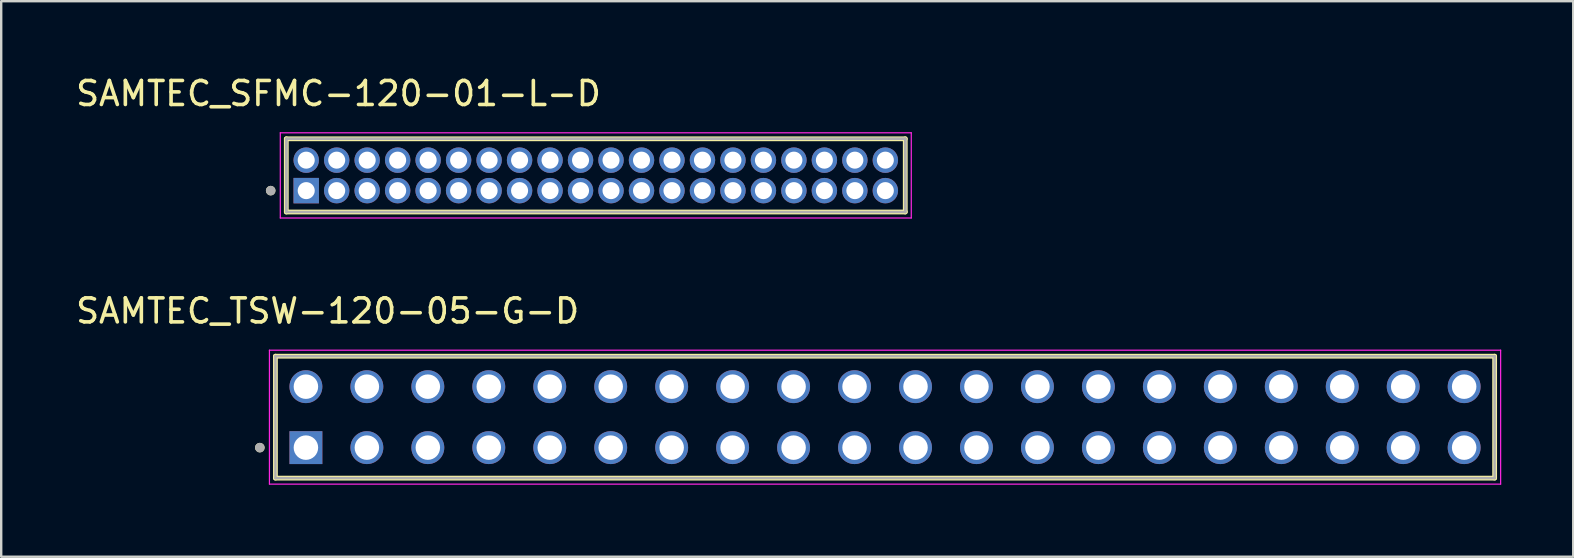
<source format=kicad_pcb>
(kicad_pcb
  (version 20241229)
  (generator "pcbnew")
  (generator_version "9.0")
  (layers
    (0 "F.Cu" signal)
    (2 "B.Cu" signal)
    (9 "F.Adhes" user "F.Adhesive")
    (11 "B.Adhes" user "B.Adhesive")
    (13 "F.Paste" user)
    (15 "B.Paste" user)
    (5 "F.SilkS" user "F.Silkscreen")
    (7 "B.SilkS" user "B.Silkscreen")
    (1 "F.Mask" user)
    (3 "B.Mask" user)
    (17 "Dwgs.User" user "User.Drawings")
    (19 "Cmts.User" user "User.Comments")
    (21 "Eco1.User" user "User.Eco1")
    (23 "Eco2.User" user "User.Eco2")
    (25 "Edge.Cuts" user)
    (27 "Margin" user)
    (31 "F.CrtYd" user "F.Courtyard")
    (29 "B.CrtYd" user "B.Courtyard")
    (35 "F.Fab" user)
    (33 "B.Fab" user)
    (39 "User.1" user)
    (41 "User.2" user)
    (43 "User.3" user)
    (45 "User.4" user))
  (footprint "SAMTEC_SFMC-120-01-L-D"
    (layer "F.Cu")
    (at 9.709 4.893)
    (property "Reference" "SAMTEC_SFMC-120-01-L-D" (at 1.345 -4.045 0) (layer "F.SilkS") (effects (font (size 1 1) (thickness 0.15))))
    (attr through_hole)
    (fp_line (start -0.83 0.89) (end -0.83 -2.16) (stroke (width 0.2) (type solid)) (layer "F.SilkS"))
    (fp_line (start 24.96 -2.16) (end -0.83 -2.16) (stroke (width 0.2) (type solid)) (layer "F.SilkS"))
    (fp_line (start 24.96 -2.16) (end 24.96 0.89) (stroke (width 0.2) (type solid)) (layer "F.SilkS"))
    (fp_line (start 24.96 0.89) (end -0.83 0.89) (stroke (width 0.2) (type solid)) (layer "F.SilkS"))
    (fp_circle (center -1.48 0) (end -1.38 0) (stroke (width 0.2) (type solid)) (fill no) (layer "F.SilkS"))
    (fp_line (start -1.08 -2.41) (end 25.21 -2.41) (stroke (width 0.05) (type solid)) (layer "F.CrtYd"))
    (fp_line (start -1.08 1.14) (end -1.08 -2.41) (stroke (width 0.05) (type solid)) (layer "F.CrtYd"))
    (fp_line (start 25.21 -2.41) (end 25.21 1.14) (stroke (width 0.05) (type solid)) (layer "F.CrtYd"))
    (fp_line (start 25.21 1.14) (end -1.08 1.14) (stroke (width 0.05) (type solid)) (layer "F.CrtYd"))
    (fp_line (start -0.83 -2.16) (end 24.96 -2.16) (stroke (width 0.1) (type solid)) (layer "F.Fab"))
    (fp_line (start -0.83 -2.16) (end 24.96 -2.16) (stroke (width 0.1) (type solid)) (layer "F.Fab"))
    (fp_line (start -0.83 0.89) (end -0.83 -2.16) (stroke (width 0.1) (type solid)) (layer "F.Fab"))
    (fp_line (start -0.83 0.89) (end -0.83 -2.16) (stroke (width 0.1) (type solid)) (layer "F.Fab"))
    (fp_line (start 24.96 -2.16) (end 24.96 0.89) (stroke (width 0.1) (type solid)) (layer "F.Fab"))
    (fp_line (start 24.96 -2.16) (end 24.96 0.89) (stroke (width 0.1) (type solid)) (layer "F.Fab"))
    (fp_line (start 24.96 0.89) (end -0.83 0.89) (stroke (width 0.1) (type solid)) (layer "F.Fab"))
    (fp_circle (center -1.48 0) (end -1.38 0) (stroke (width 0.2) (type solid)) (fill no) (layer "F.Fab"))
    (pad "01" thru_hole rect (at 0 0) (size 1.06 1.06) (drill 0.71) (layers "*.Cu" "*.Mask"))
    (pad "02" thru_hole circle (at 0 -1.27) (size 1.06 1.06) (drill 0.71) (layers "*.Cu" "*.Mask"))
    (pad "03" thru_hole circle (at 1.27 0) (size 1.06 1.06) (drill 0.71) (layers "*.Cu" "*.Mask"))
    (pad "04" thru_hole circle (at 1.27 -1.27) (size 1.06 1.06) (drill 0.71) (layers "*.Cu" "*.Mask"))
    (pad "05" thru_hole circle (at 2.54 0) (size 1.06 1.06) (drill 0.71) (layers "*.Cu" "*.Mask"))
    (pad "06" thru_hole circle (at 2.54 -1.27) (size 1.06 1.06) (drill 0.71) (layers "*.Cu" "*.Mask"))
    (pad "07" thru_hole circle (at 3.81 0) (size 1.06 1.06) (drill 0.71) (layers "*.Cu" "*.Mask"))
    (pad "08" thru_hole circle (at 3.81 -1.27) (size 1.06 1.06) (drill 0.71) (layers "*.Cu" "*.Mask"))
    (pad "09" thru_hole circle (at 5.08 0) (size 1.06 1.06) (drill 0.71) (layers "*.Cu" "*.Mask"))
    (pad "10" thru_hole circle (at 5.08 -1.27) (size 1.06 1.06) (drill 0.71) (layers "*.Cu" "*.Mask"))
    (pad "11" thru_hole circle (at 6.35 0) (size 1.06 1.06) (drill 0.71) (layers "*.Cu" "*.Mask"))
    (pad "12" thru_hole circle (at 6.35 -1.27) (size 1.06 1.06) (drill 0.71) (layers "*.Cu" "*.Mask"))
    (pad "13" thru_hole circle (at 7.62 0) (size 1.06 1.06) (drill 0.71) (layers "*.Cu" "*.Mask"))
    (pad "14" thru_hole circle (at 7.62 -1.27) (size 1.06 1.06) (drill 0.71) (layers "*.Cu" "*.Mask"))
    (pad "15" thru_hole circle (at 8.89 0) (size 1.06 1.06) (drill 0.71) (layers "*.Cu" "*.Mask"))
    (pad "16" thru_hole circle (at 8.89 -1.27) (size 1.06 1.06) (drill 0.71) (layers "*.Cu" "*.Mask"))
    (pad "17" thru_hole circle (at 10.16 0) (size 1.06 1.06) (drill 0.71) (layers "*.Cu" "*.Mask"))
    (pad "18" thru_hole circle (at 10.16 -1.27) (size 1.06 1.06) (drill 0.71) (layers "*.Cu" "*.Mask"))
    (pad "19" thru_hole circle (at 11.43 0) (size 1.06 1.06) (drill 0.71) (layers "*.Cu" "*.Mask"))
    (pad "20" thru_hole circle (at 11.43 -1.27) (size 1.06 1.06) (drill 0.71) (layers "*.Cu" "*.Mask"))
    (pad "21" thru_hole circle (at 12.7 0) (size 1.06 1.06) (drill 0.71) (layers "*.Cu" "*.Mask"))
    (pad "22" thru_hole circle (at 12.7 -1.27) (size 1.06 1.06) (drill 0.71) (layers "*.Cu" "*.Mask"))
    (pad "23" thru_hole circle (at 13.97 0) (size 1.06 1.06) (drill 0.71) (layers "*.Cu" "*.Mask"))
    (pad "24" thru_hole circle (at 13.97 -1.27) (size 1.06 1.06) (drill 0.71) (layers "*.Cu" "*.Mask"))
    (pad "25" thru_hole circle (at 15.24 0) (size 1.06 1.06) (drill 0.71) (layers "*.Cu" "*.Mask"))
    (pad "26" thru_hole circle (at 15.24 -1.27) (size 1.06 1.06) (drill 0.71) (layers "*.Cu" "*.Mask"))
    (pad "27" thru_hole circle (at 16.51 0) (size 1.06 1.06) (drill 0.71) (layers "*.Cu" "*.Mask"))
    (pad "28" thru_hole circle (at 16.51 -1.27) (size 1.06 1.06) (drill 0.71) (layers "*.Cu" "*.Mask"))
    (pad "29" thru_hole circle (at 17.78 0) (size 1.06 1.06) (drill 0.71) (layers "*.Cu" "*.Mask"))
    (pad "30" thru_hole circle (at 17.78 -1.27) (size 1.06 1.06) (drill 0.71) (layers "*.Cu" "*.Mask"))
    (pad "31" thru_hole circle (at 19.05 0) (size 1.06 1.06) (drill 0.71) (layers "*.Cu" "*.Mask"))
    (pad "32" thru_hole circle (at 19.05 -1.27) (size 1.06 1.06) (drill 0.71) (layers "*.Cu" "*.Mask"))
    (pad "33" thru_hole circle (at 20.32 0) (size 1.06 1.06) (drill 0.71) (layers "*.Cu" "*.Mask"))
    (pad "34" thru_hole circle (at 20.32 -1.27) (size 1.06 1.06) (drill 0.71) (layers "*.Cu" "*.Mask"))
    (pad "35" thru_hole circle (at 21.59 0) (size 1.06 1.06) (drill 0.71) (layers "*.Cu" "*.Mask"))
    (pad "36" thru_hole circle (at 21.59 -1.27) (size 1.06 1.06) (drill 0.71) (layers "*.Cu" "*.Mask"))
    (pad "37" thru_hole circle (at 22.86 0) (size 1.06 1.06) (drill 0.71) (layers "*.Cu" "*.Mask"))
    (pad "38" thru_hole circle (at 22.86 -1.27) (size 1.06 1.06) (drill 0.71) (layers "*.Cu" "*.Mask"))
    (pad "39" thru_hole circle (at 24.13 0) (size 1.06 1.06) (drill 0.71) (layers "*.Cu" "*.Mask"))
    (pad "40" thru_hole circle (at 24.13 -1.27) (size 1.06 1.06) (drill 0.71) (layers "*.Cu" "*.Mask")))
  (footprint "SAMTEC_TSW-120-05-G-D"
    (layer "F.Cu")
    (at 9.696 15.601)
    (property "Reference" "SAMTEC_TSW-120-05-G-D" (at 0.905 -5.695 0) (layer "F.SilkS") (effects (font (size 1 1) (thickness 0.15))))
    (attr through_hole)
    (fp_line (start -1.27 1.27) (end -1.27 -3.81) (stroke (width 0.2) (type solid)) (layer "F.SilkS"))
    (fp_line (start 49.53 -3.81) (end -1.27 -3.81) (stroke (width 0.2) (type solid)) (layer "F.SilkS"))
    (fp_line (start 49.53 -3.81) (end 49.53 1.27) (stroke (width 0.2) (type solid)) (layer "F.SilkS"))
    (fp_line (start 49.53 1.27) (end -1.27 1.27) (stroke (width 0.2) (type solid)) (layer "F.SilkS"))
    (fp_circle (center -1.92 0) (end -1.82 0) (stroke (width 0.2) (type solid)) (fill no) (layer "F.SilkS"))
    (fp_line (start -1.52 -4.06) (end 49.78 -4.06) (stroke (width 0.05) (type solid)) (layer "F.CrtYd"))
    (fp_line (start -1.52 1.52) (end -1.52 -4.06) (stroke (width 0.05) (type solid)) (layer "F.CrtYd"))
    (fp_line (start 49.78 -4.06) (end 49.78 1.52) (stroke (width 0.05) (type solid)) (layer "F.CrtYd"))
    (fp_line (start 49.78 1.52) (end -1.52 1.52) (stroke (width 0.05) (type solid)) (layer "F.CrtYd"))
    (fp_line (start -1.27 -3.81) (end 49.53 -3.81) (stroke (width 0.1) (type solid)) (layer "F.Fab"))
    (fp_line (start -1.27 1.27) (end -1.27 -3.81) (stroke (width 0.1) (type solid)) (layer "F.Fab"))
    (fp_line (start 49.53 -3.81) (end 49.53 1.27) (stroke (width 0.1) (type solid)) (layer "F.Fab"))
    (fp_line (start 49.53 1.27) (end -1.27 1.27) (stroke (width 0.1) (type solid)) (layer "F.Fab"))
    (fp_circle (center -1.92 0) (end -1.82 0) (stroke (width 0.2) (type solid)) (fill no) (layer "F.Fab"))
    (pad "01" thru_hole rect (at 0 0) (size 1.37 1.37) (drill 1.02) (layers "*.Cu" "*.Mask"))
    (pad "02" thru_hole circle (at 0 -2.54) (size 1.37 1.37) (drill 1.02) (layers "*.Cu" "*.Mask"))
    (pad "03" thru_hole circle (at 2.54 0) (size 1.37 1.37) (drill 1.02) (layers "*.Cu" "*.Mask"))
    (pad "04" thru_hole circle (at 2.54 -2.54) (size 1.37 1.37) (drill 1.02) (layers "*.Cu" "*.Mask"))
    (pad "05" thru_hole circle (at 5.08 0) (size 1.37 1.37) (drill 1.02) (layers "*.Cu" "*.Mask"))
    (pad "06" thru_hole circle (at 5.08 -2.54) (size 1.37 1.37) (drill 1.02) (layers "*.Cu" "*.Mask"))
    (pad "07" thru_hole circle (at 7.62 0) (size 1.37 1.37) (drill 1.02) (layers "*.Cu" "*.Mask"))
    (pad "08" thru_hole circle (at 7.62 -2.54) (size 1.37 1.37) (drill 1.02) (layers "*.Cu" "*.Mask"))
    (pad "09" thru_hole circle (at 10.16 0) (size 1.37 1.37) (drill 1.02) (layers "*.Cu" "*.Mask"))
    (pad "10" thru_hole circle (at 10.16 -2.54) (size 1.37 1.37) (drill 1.02) (layers "*.Cu" "*.Mask"))
    (pad "11" thru_hole circle (at 12.7 0) (size 1.37 1.37) (drill 1.02) (layers "*.Cu" "*.Mask"))
    (pad "12" thru_hole circle (at 12.7 -2.54) (size 1.37 1.37) (drill 1.02) (layers "*.Cu" "*.Mask"))
    (pad "13" thru_hole circle (at 15.24 0) (size 1.37 1.37) (drill 1.02) (layers "*.Cu" "*.Mask"))
    (pad "14" thru_hole circle (at 15.24 -2.54) (size 1.37 1.37) (drill 1.02) (layers "*.Cu" "*.Mask"))
    (pad "15" thru_hole circle (at 17.78 0) (size 1.37 1.37) (drill 1.02) (layers "*.Cu" "*.Mask"))
    (pad "16" thru_hole circle (at 17.78 -2.54) (size 1.37 1.37) (drill 1.02) (layers "*.Cu" "*.Mask"))
    (pad "17" thru_hole circle (at 20.32 0) (size 1.37 1.37) (drill 1.02) (layers "*.Cu" "*.Mask"))
    (pad "18" thru_hole circle (at 20.32 -2.54) (size 1.37 1.37) (drill 1.02) (layers "*.Cu" "*.Mask"))
    (pad "19" thru_hole circle (at 22.86 0) (size 1.37 1.37) (drill 1.02) (layers "*.Cu" "*.Mask"))
    (pad "20" thru_hole circle (at 22.86 -2.54) (size 1.37 1.37) (drill 1.02) (layers "*.Cu" "*.Mask"))
    (pad "21" thru_hole circle (at 25.4 0) (size 1.37 1.37) (drill 1.02) (layers "*.Cu" "*.Mask"))
    (pad "22" thru_hole circle (at 25.4 -2.54) (size 1.37 1.37) (drill 1.02) (layers "*.Cu" "*.Mask"))
    (pad "23" thru_hole circle (at 27.94 0) (size 1.37 1.37) (drill 1.02) (layers "*.Cu" "*.Mask"))
    (pad "24" thru_hole circle (at 27.94 -2.54) (size 1.37 1.37) (drill 1.02) (layers "*.Cu" "*.Mask"))
    (pad "25" thru_hole circle (at 30.48 0) (size 1.37 1.37) (drill 1.02) (layers "*.Cu" "*.Mask"))
    (pad "26" thru_hole circle (at 30.48 -2.54) (size 1.37 1.37) (drill 1.02) (layers "*.Cu" "*.Mask"))
    (pad "27" thru_hole circle (at 33.02 0) (size 1.37 1.37) (drill 1.02) (layers "*.Cu" "*.Mask"))
    (pad "28" thru_hole circle (at 33.02 -2.54) (size 1.37 1.37) (drill 1.02) (layers "*.Cu" "*.Mask"))
    (pad "29" thru_hole circle (at 35.56 0) (size 1.37 1.37) (drill 1.02) (layers "*.Cu" "*.Mask"))
    (pad "30" thru_hole circle (at 35.56 -2.54) (size 1.37 1.37) (drill 1.02) (layers "*.Cu" "*.Mask"))
    (pad "31" thru_hole circle (at 38.1 0) (size 1.37 1.37) (drill 1.02) (layers "*.Cu" "*.Mask"))
    (pad "32" thru_hole circle (at 38.1 -2.54) (size 1.37 1.37) (drill 1.02) (layers "*.Cu" "*.Mask"))
    (pad "33" thru_hole circle (at 40.64 0) (size 1.37 1.37) (drill 1.02) (layers "*.Cu" "*.Mask"))
    (pad "34" thru_hole circle (at 40.64 -2.54) (size 1.37 1.37) (drill 1.02) (layers "*.Cu" "*.Mask"))
    (pad "35" thru_hole circle (at 43.18 0) (size 1.37 1.37) (drill 1.02) (layers "*.Cu" "*.Mask"))
    (pad "36" thru_hole circle (at 43.18 -2.54) (size 1.37 1.37) (drill 1.02) (layers "*.Cu" "*.Mask"))
    (pad "37" thru_hole circle (at 45.72 0) (size 1.37 1.37) (drill 1.02) (layers "*.Cu" "*.Mask"))
    (pad "38" thru_hole circle (at 45.72 -2.54) (size 1.37 1.37) (drill 1.02) (layers "*.Cu" "*.Mask"))
    (pad "39" thru_hole circle (at 48.26 0) (size 1.37 1.37) (drill 1.02) (layers "*.Cu" "*.Mask"))
    (pad "40" thru_hole circle (at 48.26 -2.54) (size 1.37 1.37) (drill 1.02) (layers "*.Cu" "*.Mask")))
  (gr_rect
    (start -3 -3)
    (end 62.501 20.146)
    (stroke (width 0.1) (type default))
    (fill no)
    (layer "Edge.Cuts")))
</source>
